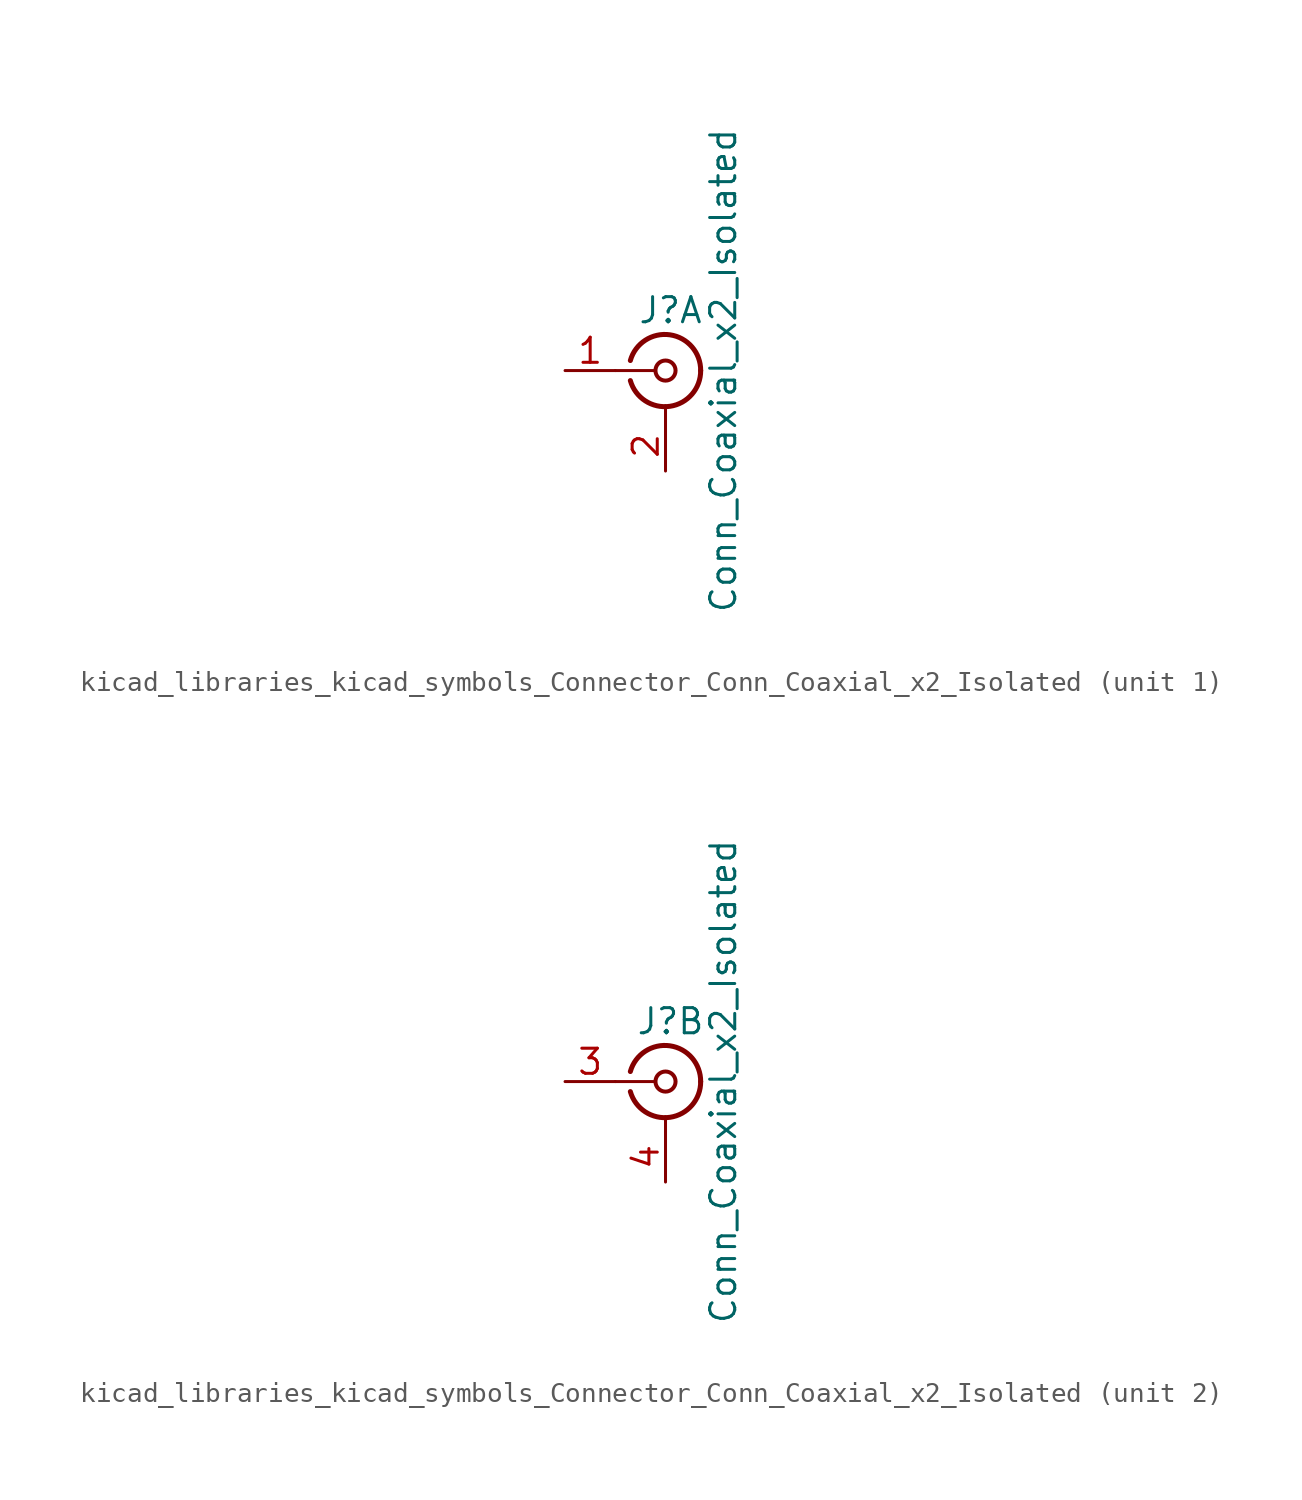
<source format=kicad_sym>
(kicad_symbol_lib
  (version 20220914)
  (generator kicad_symbol_editor)
  (symbol "kicad_libraries_kicad_symbols_Connector_Conn_Coaxial_x2_Isolated"
    (pin_names
      (offset 1.016) hide)
    (property "Reference" "J"
      (at 0.254 3.048 0)
      (effects (font (size 1.27 1.27))))
    (property "Value" "Conn_Coaxial_x2_Isolated"
      (at 2.921 0 90)
      (effects (font (size 1.27 1.27))))
    (symbol "kicad_libraries_kicad_symbols_Connector_Conn_Coaxial_x2_Isolated_0_1"
      (arc (start -1.778 -0.508) (mid 0.2311 -1.8066) (end 1.778 0) (stroke (width 0.254) (type default)) (fill (type none)))
      (polyline (pts (xy -2.54 0) (xy -0.508 0)) (stroke (width 0) (type default)) (fill (type none)))
      (polyline (pts (xy 0 -2.54) (xy 0 -1.778)) (stroke (width 0) (type default)) (fill (type none)))
      (circle (center 0 0) (radius 0.508) (stroke (width 0.203) (type default)) (fill (type none)))
      (arc (start 1.778 0) (mid 0.2099 1.8101) (end -1.778 0.508) (stroke (width 0.254) (type default)) (fill (type none))))
    (symbol "kicad_libraries_kicad_symbols_Connector_Conn_Coaxial_x2_Isolated_1_1"
      (pin passive line (at -5.08 0 0) (length 2.54) (name "In1" (effects (font (size 1.27 1.27)))) (number "1" (effects (font (size 1.27 1.27)))))
      (pin passive line (at 0 -5.08 90) (length 2.54) (name "Ext1" (effects (font (size 1.27 1.27)))) (number "2" (effects (font (size 1.27 1.27))))))
    (symbol "kicad_libraries_kicad_symbols_Connector_Conn_Coaxial_x2_Isolated_2_1"
      (pin passive line (at -5.08 0 0) (length 2.54) (name "In2" (effects (font (size 1.27 1.27)))) (number "3" (effects (font (size 1.27 1.27)))))
      (pin passive line (at 0 -5.08 90) (length 2.54) (name "Ext2" (effects (font (size 1.27 1.27)))) (number "4" (effects (font (size 1.27 1.27))))))))
</source>
